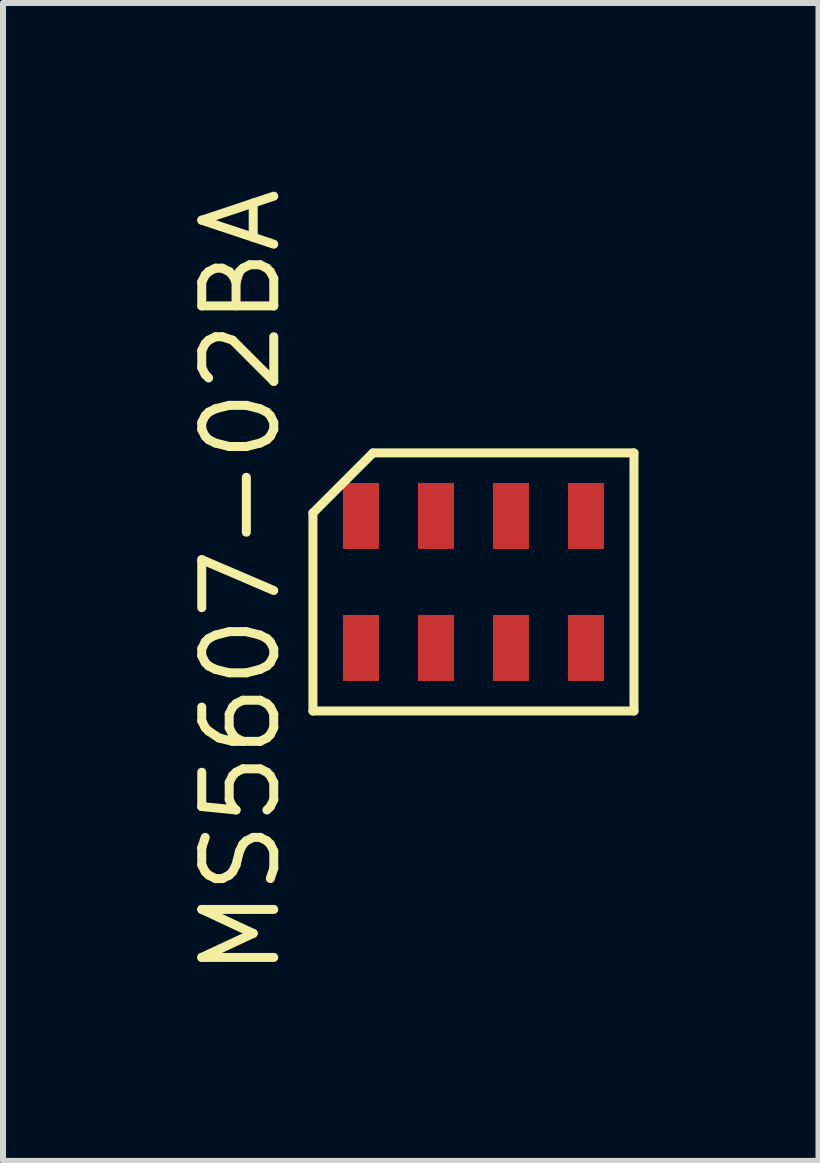
<source format=kicad_pcb>
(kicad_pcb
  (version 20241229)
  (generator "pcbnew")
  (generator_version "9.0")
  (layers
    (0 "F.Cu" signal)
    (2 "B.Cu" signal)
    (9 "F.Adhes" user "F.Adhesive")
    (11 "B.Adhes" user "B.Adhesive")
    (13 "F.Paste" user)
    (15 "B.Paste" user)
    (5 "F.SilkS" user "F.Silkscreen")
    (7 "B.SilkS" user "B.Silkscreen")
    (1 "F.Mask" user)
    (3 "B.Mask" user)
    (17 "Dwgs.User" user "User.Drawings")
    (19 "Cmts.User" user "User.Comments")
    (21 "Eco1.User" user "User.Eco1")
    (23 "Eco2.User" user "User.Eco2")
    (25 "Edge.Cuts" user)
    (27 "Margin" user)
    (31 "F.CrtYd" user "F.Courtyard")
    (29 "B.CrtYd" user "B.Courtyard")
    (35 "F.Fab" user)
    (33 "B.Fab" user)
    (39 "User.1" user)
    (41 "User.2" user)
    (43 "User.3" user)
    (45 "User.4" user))
  (footprint "MS5607-02BA"
    (layer "F.Cu")
    (at 4.84 6.648)
    (property "Reference" "MS5607-02BA" (at -3.875 0 90) (layer "F.SilkS") (effects (font (size 1.2 1.2) (thickness 0.15))))
    (attr through_hole)
    (fp_line (start -2.675 -1.15) (end -2.675 2.15) (stroke (width 0.15) (type solid)) (layer "F.SilkS"))
    (fp_line (start -2.675 2.15) (end 2.675 2.15) (stroke (width 0.15) (type solid)) (layer "F.SilkS"))
    (fp_line (start -1.675 -2.15) (end -2.675 -1.15) (stroke (width 0.15) (type solid)) (layer "F.SilkS"))
    (fp_line (start 2.675 -2.15) (end -1.675 -2.15) (stroke (width 0.15) (type solid)) (layer "F.SilkS"))
    (fp_line (start 2.675 2.15) (end 2.675 -2.15) (stroke (width 0.15) (type solid)) (layer "F.SilkS"))
    (pad "1" smd rect (at -1.875 1.1) (size 0.6 1.1) (layers "F.Cu" "F.Mask" "F.Paste"))
    (pad "2" smd rect (at -0.625 1.1) (size 0.6 1.1) (layers "F.Cu" "F.Mask" "F.Paste"))
    (pad "3" smd rect (at 0.625 1.1) (size 0.6 1.1) (layers "F.Cu" "F.Mask" "F.Paste"))
    (pad "4" smd rect (at 1.875 1.1) (size 0.6 1.1) (layers "F.Cu" "F.Mask" "F.Paste"))
    (pad "5" smd rect (at 1.875 -1.1) (size 0.6 1.1) (layers "F.Cu" "F.Mask" "F.Paste"))
    (pad "6" smd rect (at 0.625 -1.1) (size 0.6 1.1) (layers "F.Cu" "F.Mask" "F.Paste"))
    (pad "7" smd rect (at -0.625 -1.1) (size 0.6 1.1) (layers "F.Cu" "F.Mask" "F.Paste"))
    (pad "8" smd rect (at -1.875 -1.1) (size 0.6 1.1) (layers "F.Cu" "F.Mask" "F.Paste")))
  (gr_rect
    (start -3 -3)
    (end 10.59 16.296)
    (stroke (width 0.1) (type default))
    (fill no)
    (layer "Edge.Cuts")))
</source>
